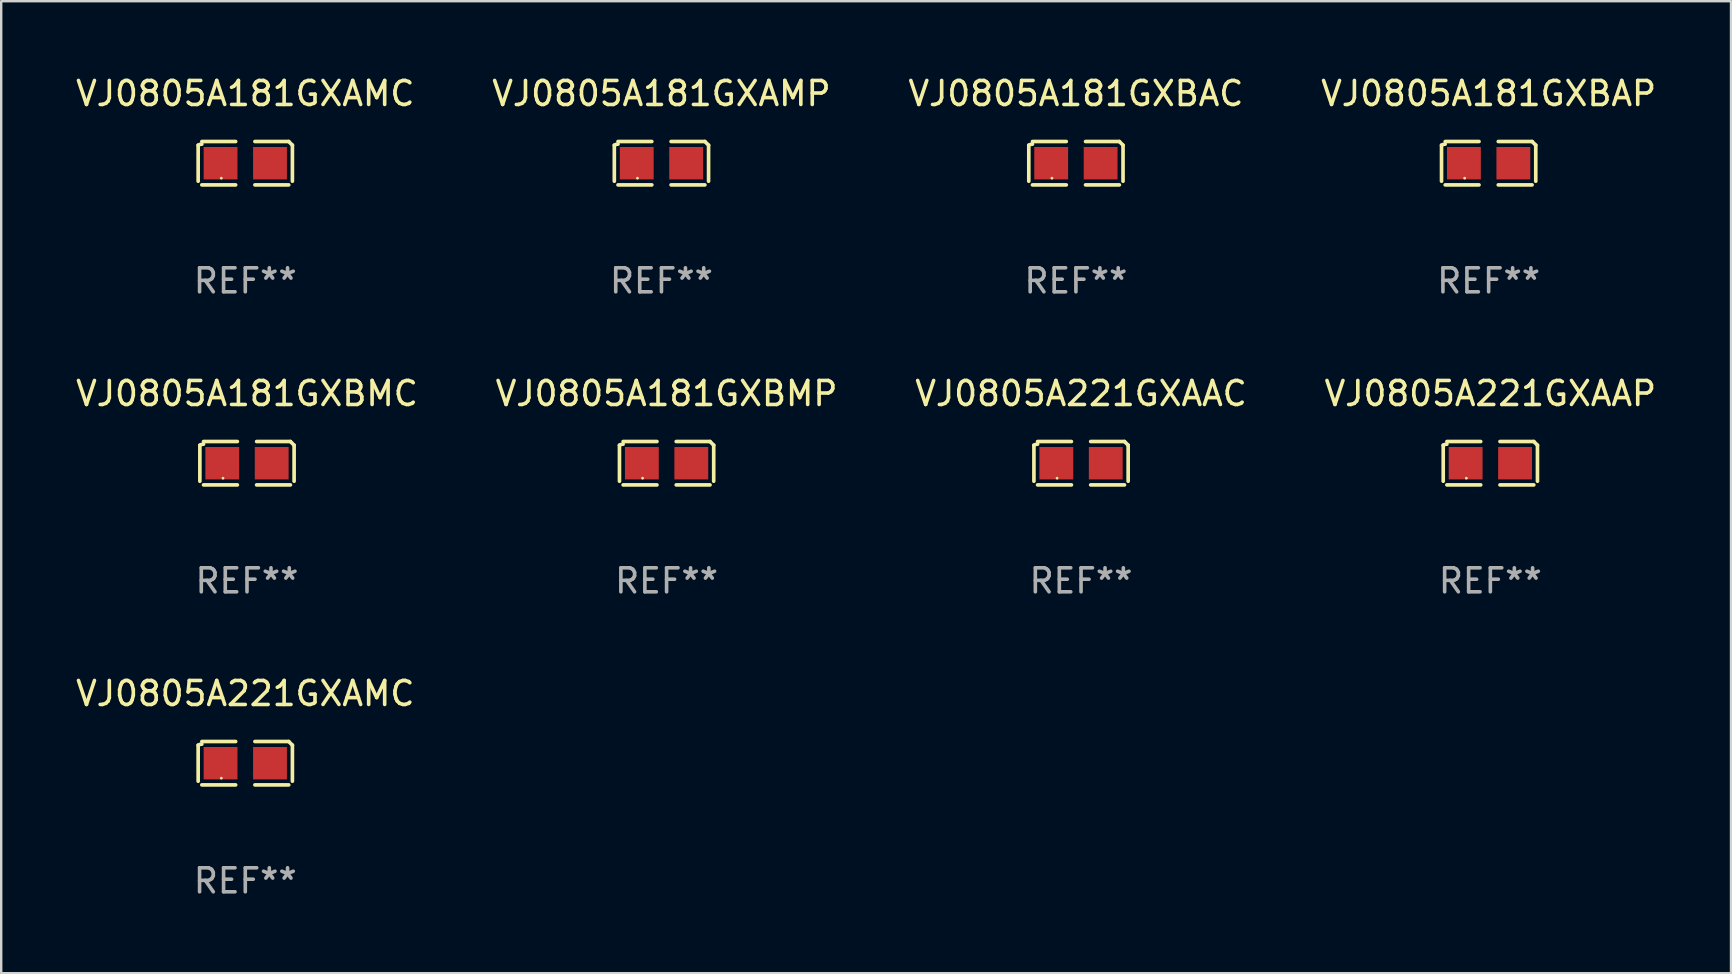
<source format=kicad_pcb>
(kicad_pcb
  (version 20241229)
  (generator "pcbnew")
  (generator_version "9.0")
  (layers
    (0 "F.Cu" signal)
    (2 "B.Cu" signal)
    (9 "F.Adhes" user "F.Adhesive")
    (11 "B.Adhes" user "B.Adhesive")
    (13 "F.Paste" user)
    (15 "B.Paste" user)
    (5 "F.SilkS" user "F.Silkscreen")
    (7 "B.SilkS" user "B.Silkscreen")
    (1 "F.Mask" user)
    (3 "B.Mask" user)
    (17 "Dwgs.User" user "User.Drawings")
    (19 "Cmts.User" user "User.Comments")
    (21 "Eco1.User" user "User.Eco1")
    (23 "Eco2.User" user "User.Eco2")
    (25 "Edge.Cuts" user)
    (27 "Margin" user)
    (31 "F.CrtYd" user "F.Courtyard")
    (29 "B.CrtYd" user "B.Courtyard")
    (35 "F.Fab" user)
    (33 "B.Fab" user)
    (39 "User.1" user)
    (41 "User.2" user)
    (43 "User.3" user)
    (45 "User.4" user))
  (footprint "VJ0805A221GXAMC"
    (layer "F.Cu")
    (at 7.173 28.759)
    (property "Reference" "VJ0805A221GXAMC" (at 0 -2.904 0) (layer "F.SilkS") (effects (font (size 1 1) (thickness 0.15))))
    (attr through_hole)
    (fp_line (start -1.964 0.751) (end -1.964 -0.751) (stroke (width 0.152) (type solid)) (layer "F.SilkS"))
    (fp_line (start -1.811 -0.904) (end -0.401 -0.904) (stroke (width 0.152) (type solid)) (layer "F.SilkS"))
    (fp_line (start -0.401 0.904) (end -1.811 0.904) (stroke (width 0.152) (type solid)) (layer "F.SilkS"))
    (fp_line (start 0.401 0.904) (end 1.811 0.904) (stroke (width 0.152) (type solid)) (layer "F.SilkS"))
    (fp_line (start 1.811 -0.904) (end 0.401 -0.904) (stroke (width 0.152) (type solid)) (layer "F.SilkS"))
    (fp_line (start 1.964 0.751) (end 1.964 -0.751) (stroke (width 0.152) (type solid)) (layer "F.SilkS"))
    (fp_arc (start -1.963602 -0.751207) (mid -1.890354 -0.783131) (end -1.811201 -0.794044) (stroke (width 0.1524) (type solid)) (layer "F.SilkS"))
    (fp_arc (start 1.811202 -0.903607) (mid 1.887413 -0.827418) (end 1.963602 -0.751207) (stroke (width 0.1524) (type solid)) (layer "F.SilkS"))
    (fp_circle (center -1 0.625) (end -0.97 0.625) (stroke (width 0.06) (type solid)) (fill no) (layer "F.SilkS"))
    (fp_text user "REF**" (at 0 4.904 0) (layer "F.Fab") (effects (font (size 1 1) (thickness 0.15))))
    (pad "1" smd rect (at -1.03 0) (size 1.41 1.35) (layers "F.Cu" "F.Mask" "F.Paste"))
    (pad "2" smd rect (at 1.03 0) (size 1.41 1.35) (layers "F.Cu" "F.Mask" "F.Paste")))
  (footprint "VJ0805A181GXBAP"
    (layer "F.Cu")
    (at 58.994 3.752)
    (property "Reference" "VJ0805A181GXBAP" (at 0 -2.904 0) (layer "F.SilkS") (effects (font (size 1 1) (thickness 0.15))))
    (attr through_hole)
    (fp_line (start -1.964 0.751) (end -1.964 -0.751) (stroke (width 0.152) (type solid)) (layer "F.SilkS"))
    (fp_line (start -1.811 -0.904) (end -0.401 -0.904) (stroke (width 0.152) (type solid)) (layer "F.SilkS"))
    (fp_line (start -0.401 0.904) (end -1.811 0.904) (stroke (width 0.152) (type solid)) (layer "F.SilkS"))
    (fp_line (start 0.401 0.904) (end 1.811 0.904) (stroke (width 0.152) (type solid)) (layer "F.SilkS"))
    (fp_line (start 1.811 -0.904) (end 0.401 -0.904) (stroke (width 0.152) (type solid)) (layer "F.SilkS"))
    (fp_line (start 1.964 0.751) (end 1.964 -0.751) (stroke (width 0.152) (type solid)) (layer "F.SilkS"))
    (fp_arc (start -1.963602 -0.751207) (mid -1.890354 -0.783131) (end -1.811201 -0.794044) (stroke (width 0.1524) (type solid)) (layer "F.SilkS"))
    (fp_arc (start 1.811202 -0.903607) (mid 1.887413 -0.827418) (end 1.963602 -0.751207) (stroke (width 0.1524) (type solid)) (layer "F.SilkS"))
    (fp_circle (center -1 0.625) (end -0.97 0.625) (stroke (width 0.06) (type solid)) (fill no) (layer "F.SilkS"))
    (fp_text user "REF**" (at 0 4.904 0) (layer "F.Fab") (effects (font (size 1 1) (thickness 0.15))))
    (pad "1" smd rect (at -1.03 0) (size 1.41 1.35) (layers "F.Cu" "F.Mask" "F.Paste"))
    (pad "2" smd rect (at 1.03 0) (size 1.41 1.35) (layers "F.Cu" "F.Mask" "F.Paste")))
  (footprint "VJ0805A221GXAAP"
    (layer "F.Cu")
    (at 59.065 16.256)
    (property "Reference" "VJ0805A221GXAAP" (at 0 -2.904 0) (layer "F.SilkS") (effects (font (size 1 1) (thickness 0.15))))
    (attr through_hole)
    (fp_line (start -1.964 0.751) (end -1.964 -0.751) (stroke (width 0.152) (type solid)) (layer "F.SilkS"))
    (fp_line (start -1.811 -0.904) (end -0.401 -0.904) (stroke (width 0.152) (type solid)) (layer "F.SilkS"))
    (fp_line (start -0.401 0.904) (end -1.811 0.904) (stroke (width 0.152) (type solid)) (layer "F.SilkS"))
    (fp_line (start 0.401 0.904) (end 1.811 0.904) (stroke (width 0.152) (type solid)) (layer "F.SilkS"))
    (fp_line (start 1.811 -0.904) (end 0.401 -0.904) (stroke (width 0.152) (type solid)) (layer "F.SilkS"))
    (fp_line (start 1.964 0.751) (end 1.964 -0.751) (stroke (width 0.152) (type solid)) (layer "F.SilkS"))
    (fp_arc (start -1.963602 -0.751207) (mid -1.890354 -0.783131) (end -1.811201 -0.794044) (stroke (width 0.1524) (type solid)) (layer "F.SilkS"))
    (fp_arc (start 1.811202 -0.903607) (mid 1.887413 -0.827418) (end 1.963602 -0.751207) (stroke (width 0.1524) (type solid)) (layer "F.SilkS"))
    (fp_circle (center -1 0.625) (end -0.97 0.625) (stroke (width 0.06) (type solid)) (fill no) (layer "F.SilkS"))
    (fp_text user "REF**" (at 0 4.904 0) (layer "F.Fab") (effects (font (size 1 1) (thickness 0.15))))
    (pad "1" smd rect (at -1.03 0) (size 1.41 1.35) (layers "F.Cu" "F.Mask" "F.Paste"))
    (pad "2" smd rect (at 1.03 0) (size 1.41 1.35) (layers "F.Cu" "F.Mask" "F.Paste")))
  (footprint "VJ0805A181GXBMC"
    (layer "F.Cu")
    (at 7.244 16.256)
    (property "Reference" "VJ0805A181GXBMC" (at 0 -2.904 0) (layer "F.SilkS") (effects (font (size 1 1) (thickness 0.15))))
    (attr through_hole)
    (fp_line (start -1.964 0.751) (end -1.964 -0.751) (stroke (width 0.152) (type solid)) (layer "F.SilkS"))
    (fp_line (start -1.811 -0.904) (end -0.401 -0.904) (stroke (width 0.152) (type solid)) (layer "F.SilkS"))
    (fp_line (start -0.401 0.904) (end -1.811 0.904) (stroke (width 0.152) (type solid)) (layer "F.SilkS"))
    (fp_line (start 0.401 0.904) (end 1.811 0.904) (stroke (width 0.152) (type solid)) (layer "F.SilkS"))
    (fp_line (start 1.811 -0.904) (end 0.401 -0.904) (stroke (width 0.152) (type solid)) (layer "F.SilkS"))
    (fp_line (start 1.964 0.751) (end 1.964 -0.751) (stroke (width 0.152) (type solid)) (layer "F.SilkS"))
    (fp_arc (start -1.963602 -0.751207) (mid -1.890354 -0.783131) (end -1.811201 -0.794044) (stroke (width 0.1524) (type solid)) (layer "F.SilkS"))
    (fp_arc (start 1.811202 -0.903607) (mid 1.887413 -0.827418) (end 1.963602 -0.751207) (stroke (width 0.1524) (type solid)) (layer "F.SilkS"))
    (fp_circle (center -1 0.625) (end -0.97 0.625) (stroke (width 0.06) (type solid)) (fill no) (layer "F.SilkS"))
    (fp_text user "REF**" (at 0 4.904 0) (layer "F.Fab") (effects (font (size 1 1) (thickness 0.15))))
    (pad "1" smd rect (at -1.03 0) (size 1.41 1.35) (layers "F.Cu" "F.Mask" "F.Paste"))
    (pad "2" smd rect (at 1.03 0) (size 1.41 1.35) (layers "F.Cu" "F.Mask" "F.Paste")))
  (footprint "VJ0805A221GXAAC"
    (layer "F.Cu")
    (at 42.006 16.256)
    (property "Reference" "VJ0805A221GXAAC" (at 0 -2.904 0) (layer "F.SilkS") (effects (font (size 1 1) (thickness 0.15))))
    (attr through_hole)
    (fp_line (start -1.964 0.751) (end -1.964 -0.751) (stroke (width 0.152) (type solid)) (layer "F.SilkS"))
    (fp_line (start -1.811 -0.904) (end -0.401 -0.904) (stroke (width 0.152) (type solid)) (layer "F.SilkS"))
    (fp_line (start -0.401 0.904) (end -1.811 0.904) (stroke (width 0.152) (type solid)) (layer "F.SilkS"))
    (fp_line (start 0.401 0.904) (end 1.811 0.904) (stroke (width 0.152) (type solid)) (layer "F.SilkS"))
    (fp_line (start 1.811 -0.904) (end 0.401 -0.904) (stroke (width 0.152) (type solid)) (layer "F.SilkS"))
    (fp_line (start 1.964 0.751) (end 1.964 -0.751) (stroke (width 0.152) (type solid)) (layer "F.SilkS"))
    (fp_arc (start -1.963602 -0.751207) (mid -1.890354 -0.783131) (end -1.811201 -0.794044) (stroke (width 0.1524) (type solid)) (layer "F.SilkS"))
    (fp_arc (start 1.811202 -0.903607) (mid 1.887413 -0.827418) (end 1.963602 -0.751207) (stroke (width 0.1524) (type solid)) (layer "F.SilkS"))
    (fp_circle (center -1 0.625) (end -0.97 0.625) (stroke (width 0.06) (type solid)) (fill no) (layer "F.SilkS"))
    (fp_text user "REF**" (at 0 4.904 0) (layer "F.Fab") (effects (font (size 1 1) (thickness 0.15))))
    (pad "1" smd rect (at -1.03 0) (size 1.41 1.35) (layers "F.Cu" "F.Mask" "F.Paste"))
    (pad "2" smd rect (at 1.03 0) (size 1.41 1.35) (layers "F.Cu" "F.Mask" "F.Paste")))
  (footprint "VJ0805A181GXBMP"
    (layer "F.Cu")
    (at 24.732 16.256)
    (property "Reference" "VJ0805A181GXBMP" (at 0 -2.904 0) (layer "F.SilkS") (effects (font (size 1 1) (thickness 0.15))))
    (attr through_hole)
    (fp_line (start -1.964 0.751) (end -1.964 -0.751) (stroke (width 0.152) (type solid)) (layer "F.SilkS"))
    (fp_line (start -1.811 -0.904) (end -0.401 -0.904) (stroke (width 0.152) (type solid)) (layer "F.SilkS"))
    (fp_line (start -0.401 0.904) (end -1.811 0.904) (stroke (width 0.152) (type solid)) (layer "F.SilkS"))
    (fp_line (start 0.401 0.904) (end 1.811 0.904) (stroke (width 0.152) (type solid)) (layer "F.SilkS"))
    (fp_line (start 1.811 -0.904) (end 0.401 -0.904) (stroke (width 0.152) (type solid)) (layer "F.SilkS"))
    (fp_line (start 1.964 0.751) (end 1.964 -0.751) (stroke (width 0.152) (type solid)) (layer "F.SilkS"))
    (fp_arc (start -1.963602 -0.751207) (mid -1.890354 -0.783131) (end -1.811201 -0.794044) (stroke (width 0.1524) (type solid)) (layer "F.SilkS"))
    (fp_arc (start 1.811202 -0.903607) (mid 1.887413 -0.827418) (end 1.963602 -0.751207) (stroke (width 0.1524) (type solid)) (layer "F.SilkS"))
    (fp_circle (center -1 0.625) (end -0.97 0.625) (stroke (width 0.06) (type solid)) (fill no) (layer "F.SilkS"))
    (fp_text user "REF**" (at 0 4.904 0) (layer "F.Fab") (effects (font (size 1 1) (thickness 0.15))))
    (pad "1" smd rect (at -1.03 0) (size 1.41 1.35) (layers "F.Cu" "F.Mask" "F.Paste"))
    (pad "2" smd rect (at 1.03 0) (size 1.41 1.35) (layers "F.Cu" "F.Mask" "F.Paste")))
  (footprint "VJ0805A181GXBAC"
    (layer "F.Cu")
    (at 41.792 3.752)
    (property "Reference" "VJ0805A181GXBAC" (at 0 -2.904 0) (layer "F.SilkS") (effects (font (size 1 1) (thickness 0.15))))
    (attr through_hole)
    (fp_line (start -1.964 0.751) (end -1.964 -0.751) (stroke (width 0.152) (type solid)) (layer "F.SilkS"))
    (fp_line (start -1.811 -0.904) (end -0.401 -0.904) (stroke (width 0.152) (type solid)) (layer "F.SilkS"))
    (fp_line (start -0.401 0.904) (end -1.811 0.904) (stroke (width 0.152) (type solid)) (layer "F.SilkS"))
    (fp_line (start 0.401 0.904) (end 1.811 0.904) (stroke (width 0.152) (type solid)) (layer "F.SilkS"))
    (fp_line (start 1.811 -0.904) (end 0.401 -0.904) (stroke (width 0.152) (type solid)) (layer "F.SilkS"))
    (fp_line (start 1.964 0.751) (end 1.964 -0.751) (stroke (width 0.152) (type solid)) (layer "F.SilkS"))
    (fp_arc (start -1.963602 -0.751207) (mid -1.890354 -0.783131) (end -1.811201 -0.794044) (stroke (width 0.1524) (type solid)) (layer "F.SilkS"))
    (fp_arc (start 1.811202 -0.903607) (mid 1.887413 -0.827418) (end 1.963602 -0.751207) (stroke (width 0.1524) (type solid)) (layer "F.SilkS"))
    (fp_circle (center -1 0.625) (end -0.97 0.625) (stroke (width 0.06) (type solid)) (fill no) (layer "F.SilkS"))
    (fp_text user "REF**" (at 0 4.904 0) (layer "F.Fab") (effects (font (size 1 1) (thickness 0.15))))
    (pad "1" smd rect (at -1.03 0) (size 1.41 1.35) (layers "F.Cu" "F.Mask" "F.Paste"))
    (pad "2" smd rect (at 1.03 0) (size 1.41 1.35) (layers "F.Cu" "F.Mask" "F.Paste")))
  (footprint "VJ0805A181GXAMP"
    (layer "F.Cu")
    (at 24.518 3.752)
    (property "Reference" "VJ0805A181GXAMP" (at 0 -2.904 0) (layer "F.SilkS") (effects (font (size 1 1) (thickness 0.15))))
    (attr through_hole)
    (fp_line (start -1.964 0.751) (end -1.964 -0.751) (stroke (width 0.152) (type solid)) (layer "F.SilkS"))
    (fp_line (start -1.811 -0.904) (end -0.401 -0.904) (stroke (width 0.152) (type solid)) (layer "F.SilkS"))
    (fp_line (start -0.401 0.904) (end -1.811 0.904) (stroke (width 0.152) (type solid)) (layer "F.SilkS"))
    (fp_line (start 0.401 0.904) (end 1.811 0.904) (stroke (width 0.152) (type solid)) (layer "F.SilkS"))
    (fp_line (start 1.811 -0.904) (end 0.401 -0.904) (stroke (width 0.152) (type solid)) (layer "F.SilkS"))
    (fp_line (start 1.964 0.751) (end 1.964 -0.751) (stroke (width 0.152) (type solid)) (layer "F.SilkS"))
    (fp_arc (start -1.963602 -0.751207) (mid -1.890354 -0.783131) (end -1.811201 -0.794044) (stroke (width 0.1524) (type solid)) (layer "F.SilkS"))
    (fp_arc (start 1.811202 -0.903607) (mid 1.887413 -0.827418) (end 1.963602 -0.751207) (stroke (width 0.1524) (type solid)) (layer "F.SilkS"))
    (fp_circle (center -1 0.625) (end -0.97 0.625) (stroke (width 0.06) (type solid)) (fill no) (layer "F.SilkS"))
    (fp_text user "REF**" (at 0 4.904 0) (layer "F.Fab") (effects (font (size 1 1) (thickness 0.15))))
    (pad "1" smd rect (at -1.03 0) (size 1.41 1.35) (layers "F.Cu" "F.Mask" "F.Paste"))
    (pad "2" smd rect (at 1.03 0) (size 1.41 1.35) (layers "F.Cu" "F.Mask" "F.Paste")))
  (footprint "VJ0805A181GXAMC"
    (layer "F.Cu")
    (at 7.173 3.752)
    (property "Reference" "VJ0805A181GXAMC" (at 0 -2.904 0) (layer "F.SilkS") (effects (font (size 1 1) (thickness 0.15))))
    (attr through_hole)
    (fp_line (start -1.964 0.751) (end -1.964 -0.751) (stroke (width 0.152) (type solid)) (layer "F.SilkS"))
    (fp_line (start -1.811 -0.904) (end -0.401 -0.904) (stroke (width 0.152) (type solid)) (layer "F.SilkS"))
    (fp_line (start -0.401 0.904) (end -1.811 0.904) (stroke (width 0.152) (type solid)) (layer "F.SilkS"))
    (fp_line (start 0.401 0.904) (end 1.811 0.904) (stroke (width 0.152) (type solid)) (layer "F.SilkS"))
    (fp_line (start 1.811 -0.904) (end 0.401 -0.904) (stroke (width 0.152) (type solid)) (layer "F.SilkS"))
    (fp_line (start 1.964 0.751) (end 1.964 -0.751) (stroke (width 0.152) (type solid)) (layer "F.SilkS"))
    (fp_arc (start -1.963602 -0.751207) (mid -1.890354 -0.783131) (end -1.811201 -0.794044) (stroke (width 0.1524) (type solid)) (layer "F.SilkS"))
    (fp_arc (start 1.811202 -0.903607) (mid 1.887413 -0.827418) (end 1.963602 -0.751207) (stroke (width 0.1524) (type solid)) (layer "F.SilkS"))
    (fp_circle (center -1 0.625) (end -0.97 0.625) (stroke (width 0.06) (type solid)) (fill no) (layer "F.SilkS"))
    (fp_text user "REF**" (at 0 4.904 0) (layer "F.Fab") (effects (font (size 1 1) (thickness 0.15))))
    (pad "1" smd rect (at -1.03 0) (size 1.41 1.35) (layers "F.Cu" "F.Mask" "F.Paste"))
    (pad "2" smd rect (at 1.03 0) (size 1.41 1.35) (layers "F.Cu" "F.Mask" "F.Paste")))
  (gr_rect
    (start -3 -3)
    (end 69.095 37.511)
    (stroke (width 0.1) (type default))
    (fill no)
    (layer "Edge.Cuts")))
</source>
